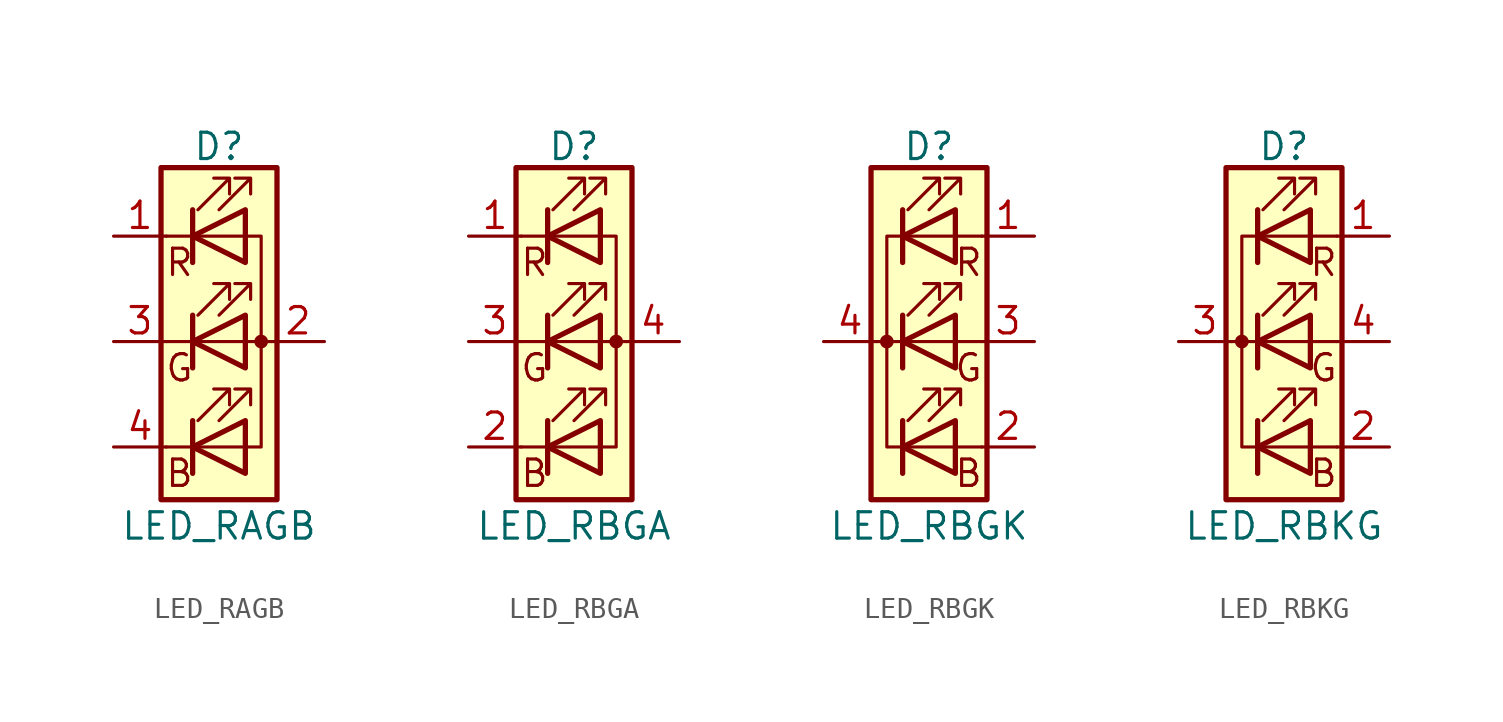
<source format=kicad_sym>
(kicad_symbol_lib
  (version 20241209)
  (generator "kicad_symbol_editor")
  (generator_version "9.0")
  (symbol "LED_RAGB"
    (pin_names
      (offset 0)
      (hide yes))
    (property "Reference" "D"
      (at 0 9.398 0)
      (effects (font (size 1.27 1.27))))
    (property "Value" "LED_RAGB"
      (at 0 -8.89 0)
      (effects (font (size 1.27 1.27))))
    (symbol "LED_RAGB_0_0"
      (text "R" (at -1.905 3.81 0) (effects (font (size 1.27 1.27))))
      (text "G" (at -1.905 -1.27 0) (effects (font (size 1.27 1.27))))
      (text "B" (at -1.905 -6.35 0) (effects (font (size 1.27 1.27)))))
    (symbol "LED_RAGB_0_1"
      (polyline (pts (xy -1.27 6.35) (xy -1.27 3.81)) (stroke (width 0.254) (type default)) (fill (type none)))
      (polyline (pts (xy -1.27 6.35) (xy -1.27 3.81) (xy -1.27 3.81)) (stroke (width 0) (type default)) (fill (type none)))
      (polyline (pts (xy -1.27 5.08) (xy -2.54 5.08)) (stroke (width 0) (type default)) (fill (type none)))
      (polyline (pts (xy -1.27 5.08) (xy 1.27 5.08)) (stroke (width 0) (type default)) (fill (type none)))
      (polyline (pts (xy -1.27 1.27) (xy -1.27 -1.27)) (stroke (width 0.254) (type default)) (fill (type none)))
      (polyline (pts (xy -1.27 1.27) (xy -1.27 -1.27) (xy -1.27 -1.27)) (stroke (width 0) (type default)) (fill (type none)))
      (polyline (pts (xy -1.27 0) (xy -2.54 0)) (stroke (width 0) (type default)) (fill (type none)))
      (polyline (pts (xy -1.27 -3.81) (xy -1.27 -6.35)) (stroke (width 0.254) (type default)) (fill (type none)))
      (polyline (pts (xy -1.27 -5.08) (xy -2.54 -5.08)) (stroke (width 0) (type default)) (fill (type none)))
      (polyline (pts (xy -1.27 -5.08) (xy 1.27 -5.08)) (stroke (width 0) (type default)) (fill (type none)))
      (polyline (pts (xy -1.016 6.35) (xy 0.508 7.874) (xy -0.254 7.874) (xy 0.508 7.874) (xy 0.508 7.112)) (stroke (width 0) (type default)) (fill (type none)))
      (polyline (pts (xy -1.016 1.27) (xy 0.508 2.794) (xy -0.254 2.794) (xy 0.508 2.794) (xy 0.508 2.032)) (stroke (width 0) (type default)) (fill (type none)))
      (polyline (pts (xy -1.016 -3.81) (xy 0.508 -2.286) (xy -0.254 -2.286) (xy 0.508 -2.286) (xy 0.508 -3.048)) (stroke (width 0) (type default)) (fill (type none)))
      (polyline (pts (xy 0 6.35) (xy 1.524 7.874) (xy 0.762 7.874) (xy 1.524 7.874) (xy 1.524 7.112)) (stroke (width 0) (type default)) (fill (type none)))
      (polyline (pts (xy 0 1.27) (xy 1.524 2.794) (xy 0.762 2.794) (xy 1.524 2.794) (xy 1.524 2.032)) (stroke (width 0) (type default)) (fill (type none)))
      (polyline (pts (xy 0 -3.81) (xy 1.524 -2.286) (xy 0.762 -2.286) (xy 1.524 -2.286) (xy 1.524 -3.048)) (stroke (width 0) (type default)) (fill (type none)))
      (polyline (pts (xy 1.27 6.35) (xy 1.27 3.81) (xy -1.27 5.08) (xy 1.27 6.35)) (stroke (width 0.254) (type default)) (fill (type none)))
      (rectangle (start 1.27 6.35) (end 1.27 6.35) (stroke (width 0) (type default)) (fill (type none)))
      (rectangle (start 1.27 3.81) (end 1.27 6.35) (stroke (width 0) (type default)) (fill (type none)))
      (polyline (pts (xy 1.27 1.27) (xy 1.27 -1.27) (xy -1.27 0) (xy 1.27 1.27)) (stroke (width 0.254) (type default)) (fill (type none)))
      (rectangle (start 1.27 1.27) (end 1.27 1.27) (stroke (width 0) (type default)) (fill (type none)))
      (polyline (pts (xy 1.27 0) (xy -1.27 0)) (stroke (width 0) (type default)) (fill (type none)))
      (polyline (pts (xy 1.27 0) (xy 2.54 0)) (stroke (width 0) (type default)) (fill (type none)))
      (rectangle (start 1.27 -1.27) (end 1.27 1.27) (stroke (width 0) (type default)) (fill (type none)))
      (polyline (pts (xy 1.27 -3.81) (xy 1.27 -6.35) (xy -1.27 -5.08) (xy 1.27 -3.81)) (stroke (width 0.254) (type default)) (fill (type none)))
      (polyline (pts (xy 1.27 -5.08) (xy 2.032 -5.08) (xy 2.032 5.08) (xy 1.27 5.08)) (stroke (width 0) (type default)) (fill (type none)))
      (circle (center 2.032 0) (radius 0.254) (stroke (width 0) (type default)) (fill (type outline)))
      (rectangle (start 2.794 8.382) (end -2.794 -7.62) (stroke (width 0.254) (type default)) (fill (type background))))
    (symbol "LED_RAGB_1_1"
      (pin passive line (at -5.08 5.08 0) (length 2.54) (name "RK" (effects (font (size 1.27 1.27)))) (number "1" (effects (font (size 1.27 1.27)))))
      (pin passive line (at -5.08 0 0) (length 2.54) (name "GK" (effects (font (size 1.27 1.27)))) (number "3" (effects (font (size 1.27 1.27)))))
      (pin passive line (at -5.08 -5.08 0) (length 2.54) (name "BK" (effects (font (size 1.27 1.27)))) (number "4" (effects (font (size 1.27 1.27)))))
      (pin passive line (at 5.08 0 180) (length 2.54) (name "A" (effects (font (size 1.27 1.27)))) (number "2" (effects (font (size 1.27 1.27)))))))
  (symbol "LED_RBGA"
    (pin_names
      (offset 0)
      (hide yes))
    (property "Reference" "D"
      (at 0 9.398 0)
      (effects (font (size 1.27 1.27))))
    (property "Value" "LED_RBGA"
      (at 0 -8.89 0)
      (effects (font (size 1.27 1.27))))
    (symbol "LED_RBGA_0_0"
      (text "R" (at -1.905 3.81 0) (effects (font (size 1.27 1.27))))
      (text "G" (at -1.905 -1.27 0) (effects (font (size 1.27 1.27))))
      (text "B" (at -1.905 -6.35 0) (effects (font (size 1.27 1.27)))))
    (symbol "LED_RBGA_0_1"
      (polyline (pts (xy -1.27 6.35) (xy -1.27 3.81)) (stroke (width 0.254) (type default)) (fill (type none)))
      (polyline (pts (xy -1.27 6.35) (xy -1.27 3.81) (xy -1.27 3.81)) (stroke (width 0) (type default)) (fill (type none)))
      (polyline (pts (xy -1.27 5.08) (xy -2.54 5.08)) (stroke (width 0) (type default)) (fill (type none)))
      (polyline (pts (xy -1.27 5.08) (xy 1.27 5.08)) (stroke (width 0) (type default)) (fill (type none)))
      (polyline (pts (xy -1.27 1.27) (xy -1.27 -1.27)) (stroke (width 0.254) (type default)) (fill (type none)))
      (polyline (pts (xy -1.27 1.27) (xy -1.27 -1.27) (xy -1.27 -1.27)) (stroke (width 0) (type default)) (fill (type none)))
      (polyline (pts (xy -1.27 0) (xy -2.54 0)) (stroke (width 0) (type default)) (fill (type none)))
      (polyline (pts (xy -1.27 -3.81) (xy -1.27 -6.35)) (stroke (width 0.254) (type default)) (fill (type none)))
      (polyline (pts (xy -1.27 -5.08) (xy -2.54 -5.08)) (stroke (width 0) (type default)) (fill (type none)))
      (polyline (pts (xy -1.27 -5.08) (xy 1.27 -5.08)) (stroke (width 0) (type default)) (fill (type none)))
      (polyline (pts (xy -1.016 6.35) (xy 0.508 7.874) (xy -0.254 7.874) (xy 0.508 7.874) (xy 0.508 7.112)) (stroke (width 0) (type default)) (fill (type none)))
      (polyline (pts (xy -1.016 1.27) (xy 0.508 2.794) (xy -0.254 2.794) (xy 0.508 2.794) (xy 0.508 2.032)) (stroke (width 0) (type default)) (fill (type none)))
      (polyline (pts (xy -1.016 -3.81) (xy 0.508 -2.286) (xy -0.254 -2.286) (xy 0.508 -2.286) (xy 0.508 -3.048)) (stroke (width 0) (type default)) (fill (type none)))
      (polyline (pts (xy 0 6.35) (xy 1.524 7.874) (xy 0.762 7.874) (xy 1.524 7.874) (xy 1.524 7.112)) (stroke (width 0) (type default)) (fill (type none)))
      (polyline (pts (xy 0 1.27) (xy 1.524 2.794) (xy 0.762 2.794) (xy 1.524 2.794) (xy 1.524 2.032)) (stroke (width 0) (type default)) (fill (type none)))
      (polyline (pts (xy 0 -3.81) (xy 1.524 -2.286) (xy 0.762 -2.286) (xy 1.524 -2.286) (xy 1.524 -3.048)) (stroke (width 0) (type default)) (fill (type none)))
      (polyline (pts (xy 1.27 6.35) (xy 1.27 3.81) (xy -1.27 5.08) (xy 1.27 6.35)) (stroke (width 0.254) (type default)) (fill (type none)))
      (rectangle (start 1.27 6.35) (end 1.27 6.35) (stroke (width 0) (type default)) (fill (type none)))
      (rectangle (start 1.27 3.81) (end 1.27 6.35) (stroke (width 0) (type default)) (fill (type none)))
      (polyline (pts (xy 1.27 1.27) (xy 1.27 -1.27) (xy -1.27 0) (xy 1.27 1.27)) (stroke (width 0.254) (type default)) (fill (type none)))
      (rectangle (start 1.27 1.27) (end 1.27 1.27) (stroke (width 0) (type default)) (fill (type none)))
      (polyline (pts (xy 1.27 0) (xy -1.27 0)) (stroke (width 0) (type default)) (fill (type none)))
      (polyline (pts (xy 1.27 0) (xy 2.54 0)) (stroke (width 0) (type default)) (fill (type none)))
      (rectangle (start 1.27 -1.27) (end 1.27 1.27) (stroke (width 0) (type default)) (fill (type none)))
      (polyline (pts (xy 1.27 -3.81) (xy 1.27 -6.35) (xy -1.27 -5.08) (xy 1.27 -3.81)) (stroke (width 0.254) (type default)) (fill (type none)))
      (polyline (pts (xy 1.27 -5.08) (xy 2.032 -5.08) (xy 2.032 5.08) (xy 1.27 5.08)) (stroke (width 0) (type default)) (fill (type none)))
      (circle (center 2.032 0) (radius 0.254) (stroke (width 0) (type default)) (fill (type outline)))
      (rectangle (start 2.794 8.382) (end -2.794 -7.62) (stroke (width 0.254) (type default)) (fill (type background))))
    (symbol "LED_RBGA_1_1"
      (pin passive line (at -5.08 5.08 0) (length 2.54) (name "RK" (effects (font (size 1.27 1.27)))) (number "1" (effects (font (size 1.27 1.27)))))
      (pin passive line (at -5.08 0 0) (length 2.54) (name "GK" (effects (font (size 1.27 1.27)))) (number "3" (effects (font (size 1.27 1.27)))))
      (pin passive line (at -5.08 -5.08 0) (length 2.54) (name "BK" (effects (font (size 1.27 1.27)))) (number "2" (effects (font (size 1.27 1.27)))))
      (pin passive line (at 5.08 0 180) (length 2.54) (name "A" (effects (font (size 1.27 1.27)))) (number "4" (effects (font (size 1.27 1.27)))))))
  (symbol "LED_RBGK"
    (pin_names
      (offset 0)
      (hide yes))
    (property "Reference" "D"
      (at 0 9.398 0)
      (effects (font (size 1.27 1.27))))
    (property "Value" "LED_RBGK"
      (at 0 -8.89 0)
      (effects (font (size 1.27 1.27))))
    (symbol "LED_RBGK_0_0"
      (text "R" (at 1.905 3.81 0) (effects (font (size 1.27 1.27))))
      (text "G" (at 1.905 -1.27 0) (effects (font (size 1.27 1.27))))
      (text "B" (at 1.905 -6.35 0) (effects (font (size 1.27 1.27)))))
    (symbol "LED_RBGK_0_1"
      (circle (center -2.032 0) (radius 0.254) (stroke (width 0) (type default)) (fill (type outline)))
      (polyline (pts (xy -1.27 6.35) (xy -1.27 3.81)) (stroke (width 0.254) (type default)) (fill (type none)))
      (polyline (pts (xy -1.27 6.35) (xy -1.27 3.81) (xy -1.27 3.81)) (stroke (width 0) (type default)) (fill (type none)))
      (polyline (pts (xy -1.27 5.08) (xy 1.27 5.08)) (stroke (width 0) (type default)) (fill (type none)))
      (polyline (pts (xy -1.27 5.08) (xy -2.032 5.08) (xy -2.032 -5.08) (xy -1.016 -5.08)) (stroke (width 0) (type default)) (fill (type none)))
      (polyline (pts (xy -1.27 1.27) (xy -1.27 -1.27)) (stroke (width 0.254) (type default)) (fill (type none)))
      (polyline (pts (xy -1.27 1.27) (xy -1.27 -1.27) (xy -1.27 -1.27)) (stroke (width 0) (type default)) (fill (type none)))
      (polyline (pts (xy -1.27 0) (xy -2.54 0)) (stroke (width 0) (type default)) (fill (type none)))
      (polyline (pts (xy -1.27 -3.81) (xy -1.27 -6.35)) (stroke (width 0.254) (type default)) (fill (type none)))
      (polyline (pts (xy -1.27 -5.08) (xy 1.27 -5.08)) (stroke (width 0) (type default)) (fill (type none)))
      (polyline (pts (xy -1.016 6.35) (xy 0.508 7.874) (xy -0.254 7.874) (xy 0.508 7.874) (xy 0.508 7.112)) (stroke (width 0) (type default)) (fill (type none)))
      (polyline (pts (xy -1.016 1.27) (xy 0.508 2.794) (xy -0.254 2.794) (xy 0.508 2.794) (xy 0.508 2.032)) (stroke (width 0) (type default)) (fill (type none)))
      (polyline (pts (xy -1.016 -3.81) (xy 0.508 -2.286) (xy -0.254 -2.286) (xy 0.508 -2.286) (xy 0.508 -3.048)) (stroke (width 0) (type default)) (fill (type none)))
      (polyline (pts (xy 0 6.35) (xy 1.524 7.874) (xy 0.762 7.874) (xy 1.524 7.874) (xy 1.524 7.112)) (stroke (width 0) (type default)) (fill (type none)))
      (polyline (pts (xy 0 1.27) (xy 1.524 2.794) (xy 0.762 2.794) (xy 1.524 2.794) (xy 1.524 2.032)) (stroke (width 0) (type default)) (fill (type none)))
      (polyline (pts (xy 0 -3.81) (xy 1.524 -2.286) (xy 0.762 -2.286) (xy 1.524 -2.286) (xy 1.524 -3.048)) (stroke (width 0) (type default)) (fill (type none)))
      (polyline (pts (xy 1.27 6.35) (xy 1.27 3.81) (xy -1.27 5.08) (xy 1.27 6.35)) (stroke (width 0.254) (type default)) (fill (type none)))
      (rectangle (start 1.27 6.35) (end 1.27 6.35) (stroke (width 0) (type default)) (fill (type none)))
      (polyline (pts (xy 1.27 5.08) (xy 2.54 5.08)) (stroke (width 0) (type default)) (fill (type none)))
      (rectangle (start 1.27 3.81) (end 1.27 6.35) (stroke (width 0) (type default)) (fill (type none)))
      (polyline (pts (xy 1.27 1.27) (xy 1.27 -1.27) (xy -1.27 0) (xy 1.27 1.27)) (stroke (width 0.254) (type default)) (fill (type none)))
      (rectangle (start 1.27 1.27) (end 1.27 1.27) (stroke (width 0) (type default)) (fill (type none)))
      (polyline (pts (xy 1.27 0) (xy -1.27 0)) (stroke (width 0) (type default)) (fill (type none)))
      (polyline (pts (xy 1.27 0) (xy 2.54 0)) (stroke (width 0) (type default)) (fill (type none)))
      (rectangle (start 1.27 -1.27) (end 1.27 1.27) (stroke (width 0) (type default)) (fill (type none)))
      (polyline (pts (xy 1.27 -3.81) (xy 1.27 -6.35) (xy -1.27 -5.08) (xy 1.27 -3.81)) (stroke (width 0.254) (type default)) (fill (type none)))
      (polyline (pts (xy 1.27 -5.08) (xy 2.54 -5.08)) (stroke (width 0) (type default)) (fill (type none)))
      (rectangle (start 2.794 8.382) (end -2.794 -7.62) (stroke (width 0.254) (type default)) (fill (type background))))
    (symbol "LED_RBGK_1_1"
      (pin passive line (at -5.08 0 0) (length 2.54) (name "K" (effects (font (size 1.27 1.27)))) (number "4" (effects (font (size 1.27 1.27)))))
      (pin passive line (at 5.08 5.08 180) (length 2.54) (name "RA" (effects (font (size 1.27 1.27)))) (number "1" (effects (font (size 1.27 1.27)))))
      (pin passive line (at 5.08 0 180) (length 2.54) (name "GA" (effects (font (size 1.27 1.27)))) (number "3" (effects (font (size 1.27 1.27)))))
      (pin passive line (at 5.08 -5.08 180) (length 2.54) (name "BA" (effects (font (size 1.27 1.27)))) (number "2" (effects (font (size 1.27 1.27)))))))
  (symbol "LED_RBKG"
    (pin_names
      (offset 0)
      (hide yes))
    (property "Reference" "D"
      (at 0 9.398 0)
      (effects (font (size 1.27 1.27))))
    (property "Value" "LED_RBKG"
      (at 0 -8.89 0)
      (effects (font (size 1.27 1.27))))
    (symbol "LED_RBKG_0_0"
      (text "R" (at 1.905 3.81 0) (effects (font (size 1.27 1.27))))
      (text "G" (at 1.905 -1.27 0) (effects (font (size 1.27 1.27))))
      (text "B" (at 1.905 -6.35 0) (effects (font (size 1.27 1.27)))))
    (symbol "LED_RBKG_0_1"
      (circle (center -2.032 0) (radius 0.254) (stroke (width 0) (type default)) (fill (type outline)))
      (polyline (pts (xy -1.27 6.35) (xy -1.27 3.81)) (stroke (width 0.254) (type default)) (fill (type none)))
      (polyline (pts (xy -1.27 6.35) (xy -1.27 3.81) (xy -1.27 3.81)) (stroke (width 0) (type default)) (fill (type none)))
      (polyline (pts (xy -1.27 5.08) (xy 1.27 5.08)) (stroke (width 0) (type default)) (fill (type none)))
      (polyline (pts (xy -1.27 5.08) (xy -2.032 5.08) (xy -2.032 -5.08) (xy -1.016 -5.08)) (stroke (width 0) (type default)) (fill (type none)))
      (polyline (pts (xy -1.27 1.27) (xy -1.27 -1.27)) (stroke (width 0.254) (type default)) (fill (type none)))
      (polyline (pts (xy -1.27 1.27) (xy -1.27 -1.27) (xy -1.27 -1.27)) (stroke (width 0) (type default)) (fill (type none)))
      (polyline (pts (xy -1.27 0) (xy -2.54 0)) (stroke (width 0) (type default)) (fill (type none)))
      (polyline (pts (xy -1.27 -3.81) (xy -1.27 -6.35)) (stroke (width 0.254) (type default)) (fill (type none)))
      (polyline (pts (xy -1.27 -5.08) (xy 1.27 -5.08)) (stroke (width 0) (type default)) (fill (type none)))
      (polyline (pts (xy -1.016 6.35) (xy 0.508 7.874) (xy -0.254 7.874) (xy 0.508 7.874) (xy 0.508 7.112)) (stroke (width 0) (type default)) (fill (type none)))
      (polyline (pts (xy -1.016 1.27) (xy 0.508 2.794) (xy -0.254 2.794) (xy 0.508 2.794) (xy 0.508 2.032)) (stroke (width 0) (type default)) (fill (type none)))
      (polyline (pts (xy -1.016 -3.81) (xy 0.508 -2.286) (xy -0.254 -2.286) (xy 0.508 -2.286) (xy 0.508 -3.048)) (stroke (width 0) (type default)) (fill (type none)))
      (polyline (pts (xy 0 6.35) (xy 1.524 7.874) (xy 0.762 7.874) (xy 1.524 7.874) (xy 1.524 7.112)) (stroke (width 0) (type default)) (fill (type none)))
      (polyline (pts (xy 0 1.27) (xy 1.524 2.794) (xy 0.762 2.794) (xy 1.524 2.794) (xy 1.524 2.032)) (stroke (width 0) (type default)) (fill (type none)))
      (polyline (pts (xy 0 -3.81) (xy 1.524 -2.286) (xy 0.762 -2.286) (xy 1.524 -2.286) (xy 1.524 -3.048)) (stroke (width 0) (type default)) (fill (type none)))
      (polyline (pts (xy 1.27 6.35) (xy 1.27 3.81) (xy -1.27 5.08) (xy 1.27 6.35)) (stroke (width 0.254) (type default)) (fill (type none)))
      (rectangle (start 1.27 6.35) (end 1.27 6.35) (stroke (width 0) (type default)) (fill (type none)))
      (polyline (pts (xy 1.27 5.08) (xy 2.54 5.08)) (stroke (width 0) (type default)) (fill (type none)))
      (rectangle (start 1.27 3.81) (end 1.27 6.35) (stroke (width 0) (type default)) (fill (type none)))
      (polyline (pts (xy 1.27 1.27) (xy 1.27 -1.27) (xy -1.27 0) (xy 1.27 1.27)) (stroke (width 0.254) (type default)) (fill (type none)))
      (rectangle (start 1.27 1.27) (end 1.27 1.27) (stroke (width 0) (type default)) (fill (type none)))
      (polyline (pts (xy 1.27 0) (xy -1.27 0)) (stroke (width 0) (type default)) (fill (type none)))
      (polyline (pts (xy 1.27 0) (xy 2.54 0)) (stroke (width 0) (type default)) (fill (type none)))
      (rectangle (start 1.27 -1.27) (end 1.27 1.27) (stroke (width 0) (type default)) (fill (type none)))
      (polyline (pts (xy 1.27 -3.81) (xy 1.27 -6.35) (xy -1.27 -5.08) (xy 1.27 -3.81)) (stroke (width 0.254) (type default)) (fill (type none)))
      (polyline (pts (xy 1.27 -5.08) (xy 2.54 -5.08)) (stroke (width 0) (type default)) (fill (type none)))
      (rectangle (start 2.794 8.382) (end -2.794 -7.62) (stroke (width 0.254) (type default)) (fill (type background))))
    (symbol "LED_RBKG_1_1"
      (pin passive line (at -5.08 0 0) (length 2.54) (name "K" (effects (font (size 1.27 1.27)))) (number "3" (effects (font (size 1.27 1.27)))))
      (pin passive line (at 5.08 5.08 180) (length 2.54) (name "RA" (effects (font (size 1.27 1.27)))) (number "1" (effects (font (size 1.27 1.27)))))
      (pin passive line (at 5.08 0 180) (length 2.54) (name "GA" (effects (font (size 1.27 1.27)))) (number "4" (effects (font (size 1.27 1.27)))))
      (pin passive line (at 5.08 -5.08 180) (length 2.54) (name "BA" (effects (font (size 1.27 1.27)))) (number "2" (effects (font (size 1.27 1.27))))))))
</source>
